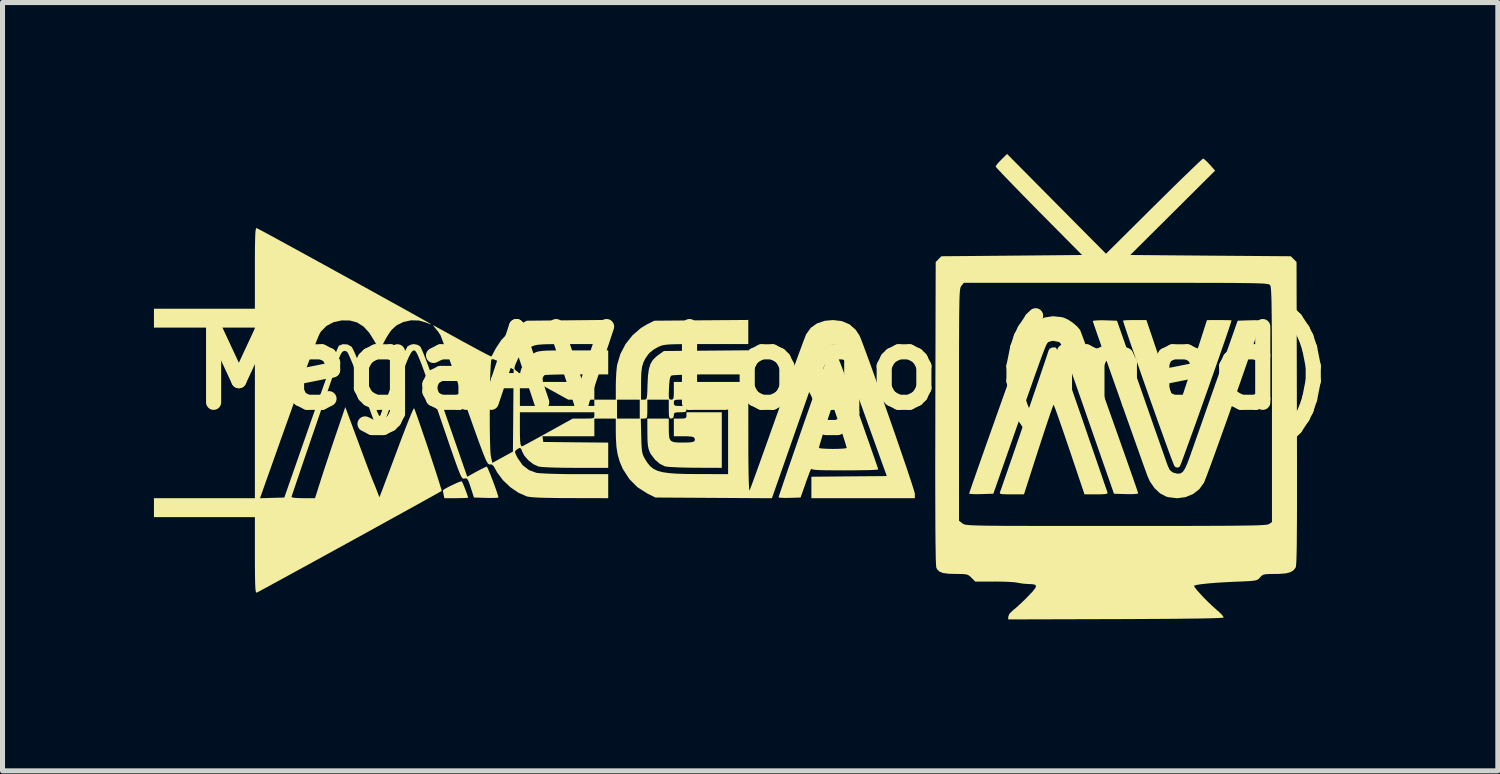
<source format=kicad_pcb>
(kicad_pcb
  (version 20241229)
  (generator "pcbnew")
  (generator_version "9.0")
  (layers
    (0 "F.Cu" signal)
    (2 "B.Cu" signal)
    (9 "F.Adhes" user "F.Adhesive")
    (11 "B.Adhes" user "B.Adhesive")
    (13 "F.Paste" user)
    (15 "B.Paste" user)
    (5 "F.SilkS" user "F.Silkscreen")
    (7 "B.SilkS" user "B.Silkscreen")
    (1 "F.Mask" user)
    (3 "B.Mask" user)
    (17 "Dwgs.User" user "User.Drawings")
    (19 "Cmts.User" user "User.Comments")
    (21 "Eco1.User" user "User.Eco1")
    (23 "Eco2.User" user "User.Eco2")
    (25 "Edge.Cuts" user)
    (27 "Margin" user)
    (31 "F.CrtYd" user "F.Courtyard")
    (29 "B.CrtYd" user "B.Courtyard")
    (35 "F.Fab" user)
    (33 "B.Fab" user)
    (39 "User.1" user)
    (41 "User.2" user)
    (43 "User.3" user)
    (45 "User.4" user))
  (footprint "MegaAV Logo (med)"
    (layer "F.Cu")
    (at 12.075 4.242)
    (property "Reference" "MegaAV Logo (med)" (at 0 0 0) (layer "F.SilkS") (effects (font (size 1.5 1.5) (thickness 0.3))))
    (attr board_only exclude_from_pos_files exclude_from_bom)
    (fp_poly (pts (xy -5.976 2.244) (xy -5.96 2.275) (xy -5.934 2.336) (xy -5.904 2.412) (xy -5.876 2.487) (xy -5.856 2.544) (xy -5.85 2.567) (xy -5.873 2.572) (xy -5.935 2.575) (xy -6.026 2.577) (xy -6.086 2.578) (xy -6.321 2.578) (xy -6.338 2.501) (xy -6.347 2.446) (xy -6.346 2.418) (xy -6.346 2.417) (xy -6.294 2.384) (xy -6.221 2.345) (xy -6.14 2.306) (xy -6.064 2.271) (xy -6.005 2.249) (xy -5.976 2.244)) (stroke (width 0) (type solid)) (fill yes) (layer "F.SilkS"))
    (fp_poly (pts (xy -0.825 1.426) (xy -0.825 1.977) (xy -1.344 1.975) (xy -1.506 1.973) (xy -1.656 1.969) (xy -1.785 1.963) (xy -1.884 1.957) (xy -1.944 1.949) (xy -1.95 1.948) (xy -2.052 1.898) (xy -2.151 1.812) (xy -2.231 1.705) (xy -2.253 1.664) (xy -2.275 1.604) (xy -2.289 1.53) (xy -2.297 1.431) (xy -2.299 1.295) (xy -2.299 1.283) (xy -2.3 1.001) (xy -2.087 1.001) (xy -1.875 1.001) (xy -1.875 1.19) (xy -1.873 1.313) (xy -1.862 1.395) (xy -1.832 1.443) (xy -1.777 1.467) (xy -1.688 1.476) (xy -1.601 1.476) (xy -1.482 1.474) (xy -1.407 1.466) (xy -1.367 1.449) (xy -1.357 1.421) (xy -1.365 1.391) (xy -1.383 1.37) (xy -1.425 1.358) (xy -1.5 1.352) (xy -1.578 1.351) (xy -1.775 1.351) (xy -1.775 1.176) (xy -1.775 1.001) (xy -1.65 1.001) (xy -1.576 0.999) (xy -1.539 0.989) (xy -1.526 0.964) (xy -1.525 0.938) (xy -1.525 0.876) (xy -1.175 0.876) (xy -0.825 0.876)) (stroke (width 0) (type solid)) (fill yes) (layer "F.SilkS"))
    (fp_poly (pts (xy 7.888 -0.063) (xy 7.956 0.137) (xy 8.019 0.322) (xy 8.076 0.485) (xy 8.124 0.622) (xy 8.163 0.728) (xy 8.189 0.798) (xy 8.201 0.825) (xy 8.202 0.826) (xy 8.213 0.803) (xy 8.237 0.737) (xy 8.272 0.635) (xy 8.318 0.5) (xy 8.371 0.339) (xy 8.431 0.156) (xy 8.496 -0.044) (xy 8.502 -0.062) (xy 8.787 -0.95) (xy 9.031 -0.951) (xy 9.135 -0.95) (xy 9.216 -0.949) (xy 9.265 -0.946) (xy 9.274 -0.945) (xy 9.265 -0.911) (xy 9.241 -0.836) (xy 9.204 -0.725) (xy 9.155 -0.582) (xy 9.096 -0.413) (xy 9.03 -0.222) (xy 8.957 -0.015) (xy 8.88 0.204) (xy 8.801 0.43) (xy 8.72 0.657) (xy 8.641 0.88) (xy 8.564 1.096) (xy 8.491 1.298) (xy 8.424 1.482) (xy 8.366 1.643) (xy 8.317 1.775) (xy 8.28 1.875) (xy 8.255 1.936) (xy 8.246 1.955) (xy 8.204 1.974) (xy 8.168 1.963) (xy 8.145 1.946) (xy 8.132 1.919) (xy 8.105 1.85) (xy 8.065 1.744) (xy 8.014 1.606) (xy 7.954 1.44) (xy 7.886 1.252) (xy 7.812 1.047) (xy 7.735 0.83) (xy 7.655 0.605) (xy 7.575 0.378) (xy 7.496 0.154) (xy 7.421 -0.063) (xy 7.35 -0.267) (xy 7.285 -0.453) (xy 7.23 -0.616) (xy 7.184 -0.752) (xy 7.15 -0.855) (xy 7.13 -0.92) (xy 7.125 -0.941) (xy 7.148 -0.945) (xy 7.21 -0.949) (xy 7.3 -0.951) (xy 7.356 -0.951) (xy 7.588 -0.951)) (stroke (width 0) (type solid)) (fill yes) (layer "F.SilkS"))
    (fp_poly (pts (xy 5.794 -0.404) (xy 5.811 -0.377) (xy 5.842 -0.309) (xy 5.887 -0.197) (xy 5.945 -0.043) (xy 6.017 0.156) (xy 6.104 0.4) (xy 6.205 0.69) (xy 6.322 1.027) (xy 6.323 1.03) (xy 6.41 1.284) (xy 6.493 1.525) (xy 6.57 1.748) (xy 6.639 1.949) (xy 6.699 2.123) (xy 6.748 2.267) (xy 6.786 2.375) (xy 6.81 2.445) (xy 6.819 2.471) (xy 6.812 2.487) (xy 6.772 2.496) (xy 6.695 2.501) (xy 6.596 2.502) (xy 6.361 2.502) (xy 6.062 1.614) (xy 5.994 1.414) (xy 5.931 1.23) (xy 5.874 1.067) (xy 5.826 0.929) (xy 5.788 0.823) (xy 5.761 0.754) (xy 5.749 0.726) (xy 5.748 0.726) (xy 5.738 0.749) (xy 5.714 0.814) (xy 5.678 0.917) (xy 5.633 1.051) (xy 5.579 1.213) (xy 5.519 1.396) (xy 5.454 1.595) (xy 5.448 1.613) (xy 5.162 2.501) (xy 4.916 2.502) (xy 4.804 2.501) (xy 4.733 2.498) (xy 4.695 2.491) (xy 4.683 2.478) (xy 4.686 2.459) (xy 4.704 2.411) (xy 4.735 2.323) (xy 4.777 2.201) (xy 4.83 2.05) (xy 4.891 1.873) (xy 4.959 1.678) (xy 5.031 1.468) (xy 5.107 1.248) (xy 5.183 1.024) (xy 5.26 0.801) (xy 5.334 0.584) (xy 5.405 0.378) (xy 5.47 0.188) (xy 5.527 0.018) (xy 5.576 -0.125) (xy 5.613 -0.237) (xy 5.639 -0.314) (xy 5.65 -0.348) (xy 5.65 -0.35) (xy 5.671 -0.384) (xy 5.72 -0.407) (xy 5.775 -0.41)) (stroke (width 0) (type solid)) (fill yes) (layer "F.SilkS"))
    (fp_poly (pts (xy 9.797 -0.947) (xy 9.833 -0.939) (xy 9.847 -0.924) (xy 9.85 -0.902) (xy 9.842 -0.87) (xy 9.818 -0.796) (xy 9.781 -0.684) (xy 9.732 -0.539) (xy 9.673 -0.367) (xy 9.605 -0.172) (xy 9.531 0.041) (xy 9.452 0.268) (xy 9.369 0.503) (xy 9.284 0.742) (xy 9.2 0.98) (xy 9.117 1.212) (xy 9.038 1.433) (xy 8.964 1.639) (xy 8.897 1.824) (xy 8.838 1.984) (xy 8.79 2.114) (xy 8.753 2.209) (xy 8.731 2.265) (xy 8.727 2.273) (xy 8.634 2.401) (xy 8.51 2.497) (xy 8.362 2.557) (xy 8.198 2.579) (xy 8.028 2.559) (xy 7.979 2.546) (xy 7.859 2.483) (xy 7.749 2.38) (xy 7.657 2.247) (xy 7.609 2.14) (xy 7.564 2.015) (xy 7.508 1.861) (xy 7.444 1.68) (xy 7.372 1.478) (xy 7.295 1.26) (xy 7.213 1.031) (xy 7.129 0.794) (xy 7.045 0.555) (xy 6.961 0.318) (xy 6.88 0.089) (xy 6.804 -0.129) (xy 6.733 -0.33) (xy 6.67 -0.51) (xy 6.616 -0.664) (xy 6.573 -0.788) (xy 6.543 -0.876) (xy 6.527 -0.924) (xy 6.525 -0.932) (xy 6.548 -0.94) (xy 6.61 -0.945) (xy 6.701 -0.947) (xy 6.765 -0.946) (xy 7.005 -0.938) (xy 7.49 0.45) (xy 7.579 0.706) (xy 7.664 0.949) (xy 7.743 1.177) (xy 7.816 1.383) (xy 7.88 1.565) (xy 7.933 1.716) (xy 7.974 1.834) (xy 8.002 1.912) (xy 8.014 1.944) (xy 8.051 2.02) (xy 8.102 2.063) (xy 8.136 2.077) (xy 8.205 2.093) (xy 8.261 2.088) (xy 8.308 2.057) (xy 8.352 1.992) (xy 8.398 1.89) (xy 8.448 1.755) (xy 8.477 1.673) (xy 8.521 1.549) (xy 8.576 1.391) (xy 8.643 1.203) (xy 8.717 0.992) (xy 8.797 0.763) (xy 8.881 0.523) (xy 8.967 0.278) (xy 8.973 0.263) (xy 9.395 -0.938) (xy 9.622 -0.946) (xy 9.73 -0.948)) (stroke (width 0) (type solid)) (fill yes) (layer "F.SilkS"))
    (fp_poly (pts (xy 1.417 -0.336) (xy 1.436 -0.306) (xy 1.469 -0.231) (xy 1.517 -0.114) (xy 1.577 0.043) (xy 1.649 0.237) (xy 1.733 0.465) (xy 1.826 0.726) (xy 1.867 0.84) (xy 1.948 1.069) (xy 2.023 1.283) (xy 2.092 1.478) (xy 2.152 1.65) (xy 2.202 1.793) (xy 2.24 1.904) (xy 2.265 1.977) (xy 2.274 2.008) (xy 2.274 2.008) (xy 2.251 2.013) (xy 2.183 2.018) (xy 2.079 2.022) (xy 1.944 2.024) (xy 1.786 2.026) (xy 1.613 2.027) (xy 1.404 2.026) (xy 1.24 2.025) (xy 1.118 2.022) (xy 1.032 2.017) (xy 0.979 2.01) (xy 0.953 2.002) (xy 0.949 1.996) (xy 0.94 2.006) (xy 0.919 2.055) (xy 0.888 2.137) (xy 0.849 2.243) (xy 0.842 2.265) (xy 0.736 2.565) (xy 0.518 2.572) (xy 0.421 2.573) (xy 0.346 2.57) (xy 0.305 2.564) (xy 0.3 2.56) (xy 0.308 2.533) (xy 0.331 2.464) (xy 0.368 2.355) (xy 0.417 2.211) (xy 0.476 2.037) (xy 0.545 1.837) (xy 0.622 1.614) (xy 0.633 1.583) (xy 1.1 1.583) (xy 1.123 1.59) (xy 1.187 1.596) (xy 1.28 1.6) (xy 1.375 1.602) (xy 1.485 1.6) (xy 1.575 1.596) (xy 1.633 1.589) (xy 1.65 1.583) (xy 1.642 1.553) (xy 1.622 1.485) (xy 1.592 1.39) (xy 1.555 1.276) (xy 1.515 1.153) (xy 1.475 1.031) (xy 1.437 0.92) (xy 1.406 0.828) (xy 1.383 0.765) (xy 1.373 0.74) (xy 1.363 0.76) (xy 1.341 0.818) (xy 1.311 0.905) (xy 1.275 1.013) (xy 1.236 1.133) (xy 1.196 1.255) (xy 1.16 1.369) (xy 1.13 1.468) (xy 1.109 1.541) (xy 1.1 1.58) (xy 1.1 1.583) (xy 0.633 1.583) (xy 0.705 1.372) (xy 0.794 1.117) (xy 0.794 1.116) (xy 0.912 0.779) (xy 1.015 0.484) (xy 1.105 0.234) (xy 1.18 0.029) (xy 1.241 -0.132) (xy 1.287 -0.246) (xy 1.317 -0.315) (xy 1.331 -0.335) (xy 1.386 -0.349)) (stroke (width 0) (type solid)) (fill yes) (layer "F.SilkS"))
    (fp_poly (pts (xy 5.906 -1.009) (xy 5.954 -0.997) (xy 6.037 -0.959) (xy 6.129 -0.898) (xy 6.213 -0.826) (xy 6.27 -0.759) (xy 6.276 -0.749) (xy 6.289 -0.717) (xy 6.316 -0.644) (xy 6.357 -0.533) (xy 6.409 -0.39) (xy 6.471 -0.219) (xy 6.54 -0.024) (xy 6.616 0.188) (xy 6.697 0.414) (xy 6.781 0.65) (xy 6.866 0.889) (xy 6.951 1.128) (xy 7.034 1.362) (xy 7.113 1.586) (xy 7.187 1.795) (xy 7.254 1.986) (xy 7.312 2.152) (xy 7.36 2.289) (xy 7.396 2.394) (xy 7.418 2.46) (xy 7.425 2.482) (xy 7.402 2.491) (xy 7.339 2.497) (xy 7.249 2.498) (xy 7.185 2.497) (xy 6.945 2.49) (xy 6.46 1.101) (xy 6.351 0.787) (xy 6.256 0.516) (xy 6.176 0.286) (xy 6.108 0.093) (xy 6.052 -0.066) (xy 6.006 -0.194) (xy 5.969 -0.296) (xy 5.939 -0.373) (xy 5.915 -0.429) (xy 5.896 -0.469) (xy 5.881 -0.494) (xy 5.868 -0.508) (xy 5.855 -0.516) (xy 5.842 -0.519) (xy 5.827 -0.522) (xy 5.814 -0.525) (xy 5.733 -0.54) (xy 5.668 -0.523) (xy 5.656 -0.519) (xy 5.647 -0.515) (xy 5.637 -0.508) (xy 5.626 -0.496) (xy 5.614 -0.476) (xy 5.598 -0.444) (xy 5.578 -0.397) (xy 5.553 -0.333) (xy 5.521 -0.249) (xy 5.481 -0.141) (xy 5.433 -0.006) (xy 5.374 0.158) (xy 5.305 0.354) (xy 5.223 0.586) (xy 5.129 0.856) (xy 5.019 1.167) (xy 4.902 1.501) (xy 4.555 2.49) (xy 4.315 2.497) (xy 4.212 2.499) (xy 4.132 2.496) (xy 4.084 2.491) (xy 4.075 2.487) (xy 4.083 2.461) (xy 4.107 2.392) (xy 4.144 2.283) (xy 4.195 2.139) (xy 4.256 1.964) (xy 4.328 1.76) (xy 4.408 1.533) (xy 4.496 1.286) (xy 4.589 1.023) (xy 4.644 0.869) (xy 4.757 0.551) (xy 4.855 0.277) (xy 4.939 0.043) (xy 5.01 -0.154) (xy 5.07 -0.318) (xy 5.121 -0.452) (xy 5.163 -0.56) (xy 5.198 -0.645) (xy 5.228 -0.71) (xy 5.253 -0.76) (xy 5.275 -0.797) (xy 5.295 -0.826) (xy 5.306 -0.84) (xy 5.426 -0.939) (xy 5.572 -1.002) (xy 5.736 -1.027)) (stroke (width 0) (type solid)) (fill yes) (layer "F.SilkS"))
    (fp_poly (pts (xy 5.807 -3.253) (xy 6.787 -2.265) (xy 7.737 -3.208) (xy 7.918 -3.387) (xy 8.088 -3.555) (xy 8.245 -3.709) (xy 8.385 -3.844) (xy 8.504 -3.959) (xy 8.599 -4.05) (xy 8.668 -4.114) (xy 8.706 -4.147) (xy 8.713 -4.151) (xy 8.741 -4.132) (xy 8.791 -4.086) (xy 8.843 -4.031) (xy 8.949 -3.912) (xy 8.109 -3.076) (xy 7.268 -2.24) (xy 8.858 -2.227) (xy 10.449 -2.215) (xy 10.506 -2.158) (xy 10.562 -2.101) (xy 10.569 0.895) (xy 10.57 1.366) (xy 10.571 1.79) (xy 10.571 2.167) (xy 10.571 2.502) (xy 10.571 2.795) (xy 10.57 3.049) (xy 10.568 3.266) (xy 10.567 3.449) (xy 10.565 3.6) (xy 10.562 3.721) (xy 10.559 3.814) (xy 10.555 3.881) (xy 10.551 3.925) (xy 10.546 3.948) (xy 10.545 3.95) (xy 10.503 4.006) (xy 10.44 4.044) (xy 10.348 4.068) (xy 10.219 4.078) (xy 10.138 4.079) (xy 10.026 4.08) (xy 9.952 4.084) (xy 9.905 4.094) (xy 9.872 4.113) (xy 9.843 4.143) (xy 9.839 4.148) (xy 9.816 4.173) (xy 9.792 4.191) (xy 9.76 4.204) (xy 9.71 4.213) (xy 9.636 4.22) (xy 9.529 4.226) (xy 9.382 4.232) (xy 9.346 4.233) (xy 9.149 4.243) (xy 8.968 4.254) (xy 8.811 4.267) (xy 8.683 4.281) (xy 8.59 4.295) (xy 8.539 4.309) (xy 8.533 4.313) (xy 8.541 4.338) (xy 8.58 4.389) (xy 8.641 4.459) (xy 8.718 4.542) (xy 8.804 4.629) (xy 8.893 4.713) (xy 8.969 4.781) (xy 9.041 4.845) (xy 9.093 4.9) (xy 9.117 4.935) (xy 9.117 4.941) (xy 9.096 4.946) (xy 9.036 4.951) (xy 8.936 4.955) (xy 8.794 4.959) (xy 8.61 4.962) (xy 8.382 4.965) (xy 8.108 4.968) (xy 7.788 4.97) (xy 7.421 4.972) (xy 7.005 4.974) (xy 6.979 4.974) (xy 4.85 4.98) (xy 4.851 4.924) (xy 4.875 4.866) (xy 4.943 4.8) (xy 4.952 4.793) (xy 5.012 4.743) (xy 5.094 4.668) (xy 5.186 4.58) (xy 5.243 4.522) (xy 5.333 4.427) (xy 5.386 4.36) (xy 5.402 4.317) (xy 5.382 4.293) (xy 5.326 4.282) (xy 5.25 4.279) (xy 5.152 4.272) (xy 5.054 4.257) (xy 5.037 4.253) (xy 4.976 4.244) (xy 4.878 4.237) (xy 4.753 4.232) (xy 4.615 4.23) (xy 4.568 4.23) (xy 4.198 4.231) (xy 4.122 4.155) (xy 4.084 4.119) (xy 4.049 4.097) (xy 4.002 4.085) (xy 3.933 4.08) (xy 3.828 4.079) (xy 3.812 4.079) (xy 3.666 4.075) (xy 3.562 4.061) (xy 3.492 4.035) (xy 3.446 3.994) (xy 3.426 3.957) (xy 3.422 3.927) (xy 3.418 3.86) (xy 3.414 3.755) (xy 3.412 3.61) (xy 3.409 3.424) (xy 3.407 3.196) (xy 3.406 2.925) (xy 3.405 2.61) (xy 3.404 2.25) (xy 3.404 1.843) (xy 3.405 1.388) (xy 3.406 0.895) (xy 3.406 0.703) (xy 3.875 0.703) (xy 3.875 0.727) (xy 3.875 3.024) (xy 3.941 3.076) (xy 3.951 3.084) (xy 3.963 3.091) (xy 3.98 3.097) (xy 4.003 3.103) (xy 4.036 3.107) (xy 4.082 3.112) (xy 4.143 3.115) (xy 4.221 3.118) (xy 4.321 3.121) (xy 4.443 3.123) (xy 4.592 3.124) (xy 4.769 3.126) (xy 4.978 3.126) (xy 5.22 3.127) (xy 5.5 3.128) (xy 5.819 3.128) (xy 6.18 3.128) (xy 6.586 3.128) (xy 6.985 3.128) (xy 7.438 3.128) (xy 7.842 3.128) (xy 8.203 3.128) (xy 8.521 3.127) (xy 8.799 3.126) (xy 9.041 3.125) (xy 9.248 3.124) (xy 9.424 3.122) (xy 9.571 3.12) (xy 9.692 3.118) (xy 9.789 3.115) (xy 9.865 3.112) (xy 9.923 3.108) (xy 9.965 3.104) (xy 9.993 3.099) (xy 10.011 3.093) (xy 10.019 3.089) (xy 10.075 3.05) (xy 10.075 0.729) (xy 10.075 0.328) (xy 10.075 -0.026) (xy 10.074 -0.335) (xy 10.073 -0.603) (xy 10.072 -0.833) (xy 10.07 -1.027) (xy 10.068 -1.188) (xy 10.066 -1.319) (xy 10.063 -1.423) (xy 10.059 -1.504) (xy 10.055 -1.563) (xy 10.05 -1.604) (xy 10.045 -1.629) (xy 10.04 -1.641) (xy 10.033 -1.648) (xy 10.024 -1.654) (xy 10.009 -1.66) (xy 9.985 -1.665) (xy 9.951 -1.67) (xy 9.902 -1.674) (xy 9.838 -1.677) (xy 9.754 -1.68) (xy 9.649 -1.682) (xy 9.519 -1.684) (xy 9.362 -1.686) (xy 9.175 -1.687) (xy 8.957 -1.688) (xy 8.703 -1.688) (xy 8.411 -1.689) (xy 8.08 -1.689) (xy 7.705 -1.689) (xy 7.284 -1.689) (xy 6.987 -1.689) (xy 3.971 -1.689) (xy 3.923 -1.63) (xy 3.915 -1.619) (xy 3.907 -1.604) (xy 3.901 -1.582) (xy 3.896 -1.551) (xy 3.891 -1.507) (xy 3.887 -1.447) (xy 3.884 -1.369) (xy 3.882 -1.268) (xy 3.88 -1.142) (xy 3.878 -0.988) (xy 3.877 -0.802) (xy 3.876 -0.582) (xy 3.875 -0.325) (xy 3.875 -0.027) (xy 3.875 0.315) (xy 3.875 0.703) (xy 3.406 0.703) (xy 3.413 -2.101) (xy 3.469 -2.158) (xy 3.526 -2.215) (xy 4.919 -2.227) (xy 6.312 -2.24) (xy 5.456 -3.104) (xy 5.286 -3.277) (xy 5.127 -3.439) (xy 4.983 -3.587) (xy 4.857 -3.717) (xy 4.752 -3.826) (xy 4.672 -3.911) (xy 4.62 -3.968) (xy 4.6 -3.993) (xy 4.6 -3.994) (xy 4.617 -4.023) (xy 4.66 -4.075) (xy 4.714 -4.13) (xy 4.827 -4.242)) (stroke (width 0) (type solid)) (fill yes) (layer "F.SilkS"))
    (fp_poly (pts (xy -10.015 -2.76) (xy -9.948 -2.725) (xy -9.846 -2.67) (xy -9.713 -2.598) (xy -9.552 -2.51) (xy -9.367 -2.409) (xy -9.164 -2.298) (xy -8.946 -2.178) (xy -8.716 -2.052) (xy -8.48 -1.922) (xy -8.24 -1.79) (xy -8.002 -1.659) (xy -7.77 -1.531) (xy -7.547 -1.407) (xy -7.337 -1.291) (xy -7.145 -1.185) (xy -6.975 -1.09) (xy -6.83 -1.009) (xy -6.716 -0.945) (xy -6.635 -0.899) (xy -6.593 -0.874) (xy -6.588 -0.871) (xy -6.593 -0.867) (xy -6.634 -0.881) (xy -6.675 -0.899) (xy -6.824 -0.942) (xy -6.981 -0.946) (xy -7.133 -0.913) (xy -7.268 -0.846) (xy -7.369 -0.754) (xy -7.421 -0.681) (xy -7.479 -0.586) (xy -7.524 -0.502) (xy -7.604 -0.343) (xy -7.703 -0.528) (xy -7.809 -0.699) (xy -7.923 -0.823) (xy -8.05 -0.903) (xy -8.193 -0.942) (xy -8.356 -0.944) (xy -8.519 -0.908) (xy -8.657 -0.834) (xy -8.763 -0.728) (xy -8.787 -0.691) (xy -8.804 -0.657) (xy -8.83 -0.595) (xy -8.866 -0.505) (xy -8.912 -0.385) (xy -8.969 -0.232) (xy -9.037 -0.046) (xy -9.118 0.176) (xy -9.211 0.435) (xy -9.318 0.734) (xy -9.439 1.073) (xy -9.575 1.454) (xy -9.726 1.88) (xy -9.852 2.234) (xy -9.974 2.579) (xy -9.733 2.572) (xy -9.492 2.565) (xy -8.972 1.076) (xy -8.865 0.773) (xy -8.767 0.497) (xy -8.679 0.251) (xy -8.601 0.038) (xy -8.535 -0.139) (xy -8.482 -0.279) (xy -8.442 -0.377) (xy -8.416 -0.433) (xy -8.409 -0.444) (xy -8.331 -0.473) (xy -8.243 -0.468) (xy -8.169 -0.43) (xy -8.158 -0.419) (xy -8.134 -0.379) (xy -8.097 -0.3) (xy -8.051 -0.19) (xy -7.998 -0.056) (xy -7.941 0.092) (xy -7.929 0.125) (xy -7.847 0.35) (xy -7.78 0.531) (xy -7.727 0.674) (xy -7.685 0.783) (xy -7.654 0.86) (xy -7.631 0.911) (xy -7.615 0.94) (xy -7.603 0.951) (xy -7.595 0.947) (xy -7.589 0.936) (xy -7.576 0.9) (xy -7.548 0.825) (xy -7.507 0.715) (xy -7.456 0.579) (xy -7.398 0.422) (xy -7.335 0.252) (xy -7.335 0.25) (xy -7.256 0.042) (xy -7.188 -0.132) (xy -7.13 -0.27) (xy -7.085 -0.368) (xy -7.054 -0.423) (xy -7.047 -0.432) (xy -6.981 -0.465) (xy -6.925 -0.475) (xy -6.853 -0.46) (xy -6.804 -0.432) (xy -6.783 -0.397) (xy -6.748 -0.319) (xy -6.698 -0.195) (xy -6.634 -0.025) (xy -6.555 0.19) (xy -6.461 0.452) (xy -6.353 0.761) (xy -6.31 0.882) (xy -5.868 2.153) (xy -5.685 2.052) (xy -5.599 2.006) (xy -5.528 1.971) (xy -5.486 1.953) (xy -5.481 1.952) (xy -5.467 1.974) (xy -5.441 2.032) (xy -5.406 2.117) (xy -5.368 2.216) (xy -5.329 2.32) (xy -5.294 2.418) (xy -5.267 2.499) (xy -5.252 2.552) (xy -5.25 2.564) (xy -5.273 2.57) (xy -5.336 2.573) (xy -5.426 2.574) (xy -5.492 2.572) (xy -5.735 2.565) (xy -5.798 2.37) (xy -5.83 2.274) (xy -5.854 2.218) (xy -5.875 2.191) (xy -5.901 2.185) (xy -5.924 2.189) (xy -5.938 2.191) (xy -5.952 2.189) (xy -5.966 2.178) (xy -5.982 2.156) (xy -6.002 2.118) (xy -6.026 2.06) (xy -6.058 1.979) (xy -6.097 1.872) (xy -6.146 1.733) (xy -6.206 1.561) (xy -6.278 1.35) (xy -6.365 1.097) (xy -6.412 0.96) (xy -6.509 0.674) (xy -6.593 0.432) (xy -6.663 0.231) (xy -6.722 0.066) (xy -6.77 -0.066) (xy -6.81 -0.167) (xy -6.842 -0.242) (xy -6.867 -0.295) (xy -6.888 -0.328) (xy -6.906 -0.345) (xy -6.922 -0.35) (xy -6.922 -0.35) (xy -6.944 -0.344) (xy -6.968 -0.321) (xy -6.995 -0.279) (xy -7.029 -0.212) (xy -7.07 -0.116) (xy -7.12 0.012) (xy -7.182 0.178) (xy -7.257 0.384) (xy -7.299 0.5) (xy -7.367 0.689) (xy -7.43 0.863) (xy -7.486 1.016) (xy -7.533 1.142) (xy -7.569 1.237) (xy -7.592 1.294) (xy -7.599 1.309) (xy -7.616 1.298) (xy -7.642 1.249) (xy -7.673 1.174) (xy -7.673 1.171) (xy -7.79 0.846) (xy -7.895 0.557) (xy -7.988 0.306) (xy -8.068 0.094) (xy -8.135 -0.076) (xy -8.189 -0.204) (xy -8.227 -0.288) (xy -8.251 -0.325) (xy -8.253 -0.327) (xy -8.302 -0.342) (xy -8.342 -0.323) (xy -8.379 -0.265) (xy -8.417 -0.169) (xy -8.509 0.096) (xy -8.603 0.367) (xy -8.697 0.639) (xy -8.79 0.909) (xy -8.88 1.172) (xy -8.967 1.424) (xy -9.048 1.662) (xy -9.123 1.88) (xy -9.189 2.075) (xy -9.246 2.243) (xy -9.292 2.379) (xy -9.326 2.479) (xy -9.345 2.539) (xy -9.35 2.556) (xy -9.327 2.565) (xy -9.265 2.573) (xy -9.174 2.577) (xy -9.117 2.578) (xy -8.884 2.578) (xy -8.763 2.198) (xy -8.716 2.052) (xy -8.657 1.874) (xy -8.592 1.679) (xy -8.526 1.481) (xy -8.463 1.297) (xy -8.463 1.296) (xy -8.284 0.773) (xy -8.026 1.469) (xy -7.959 1.649) (xy -7.897 1.816) (xy -7.841 1.965) (xy -7.794 2.089) (xy -7.759 2.18) (xy -7.738 2.233) (xy -7.735 2.24) (xy -7.706 2.309) (xy -7.671 2.397) (xy -7.655 2.438) (xy -7.608 2.561) (xy -7.532 2.363) (xy -7.504 2.287) (xy -7.461 2.173) (xy -7.406 2.028) (xy -7.344 1.861) (xy -7.276 1.68) (xy -7.206 1.493) (xy -7.198 1.471) (xy -7.132 1.297) (xy -7.071 1.14) (xy -7.018 1.006) (xy -6.974 0.9) (xy -6.942 0.829) (xy -6.925 0.796) (xy -6.922 0.795) (xy -6.909 0.824) (xy -6.883 0.893) (xy -6.847 0.995) (xy -6.802 1.124) (xy -6.751 1.274) (xy -6.695 1.437) (xy -6.638 1.606) (xy -6.582 1.777) (xy -6.528 1.941) (xy -6.479 2.091) (xy -6.437 2.223) (xy -6.404 2.328) (xy -6.382 2.4) (xy -6.375 2.433) (xy -6.375 2.434) (xy -6.4 2.449) (xy -6.465 2.486) (xy -6.566 2.542) (xy -6.699 2.616) (xy -6.859 2.705) (xy -7.044 2.807) (xy -7.249 2.92) (xy -7.47 3.042) (xy -7.703 3.171) (xy -7.944 3.304) (xy -8.19 3.439) (xy -8.436 3.574) (xy -8.678 3.707) (xy -8.913 3.836) (xy -9.136 3.958) (xy -9.343 4.071) (xy -9.531 4.174) (xy -9.696 4.264) (xy -9.833 4.339) (xy -9.939 4.396) (xy -10.009 4.434) (xy -10.041 4.45) (xy -10.042 4.45) (xy -10.051 4.444) (xy -10.059 4.419) (xy -10.065 4.369) (xy -10.069 4.29) (xy -10.072 4.178) (xy -10.074 4.027) (xy -10.075 3.834) (xy -10.075 3.705) (xy -10.075 2.953) (xy -11.075 2.953) (xy -12.075 2.953) (xy -12.075 2.765) (xy -12.075 2.578) (xy -11.075 2.578) (xy -10.075 2.578) (xy -10.075 0.888) (xy -10.075 -0.801) (xy -11.075 -0.801) (xy -12.075 -0.801) (xy -12.075 -0.988) (xy -12.075 -1.176) (xy -11.075 -1.176) (xy -10.075 -1.176) (xy -10.075 -1.979) (xy -10.075 -2.206) (xy -10.074 -2.388) (xy -10.071 -2.529) (xy -10.068 -2.633) (xy -10.064 -2.705) (xy -10.057 -2.749) (xy -10.05 -2.77) (xy -10.042 -2.773)) (stroke (width 0) (type solid)) (fill yes) (layer "F.SilkS"))
    (fp_poly (pts (xy -3.075 -0.714) (xy -3.075 -0.475) (xy -3.781 -0.475) (xy -3.988 -0.475) (xy -4.151 -0.474) (xy -4.277 -0.473) (xy -4.373 -0.469) (xy -4.444 -0.464) (xy -4.497 -0.457) (xy -4.54 -0.446) (xy -4.577 -0.433) (xy -4.615 -0.415) (xy -4.753 -0.325) (xy -4.856 -0.198) (xy -4.91 -0.081) (xy -4.931 -0.016) (xy -4.931 0.02) (xy -4.908 0.046) (xy -4.886 0.061) (xy -4.861 0.08) (xy -4.844 0.102) (xy -4.833 0.138) (xy -4.828 0.196) (xy -4.825 0.286) (xy -4.825 0.416) (xy -4.825 0.426) (xy -4.825 0.751) (xy -4.088 0.751) (xy -3.35 0.751) (xy -3.35 0.688) (xy -3.35 0.626) (xy -3.608 0.626) (xy -3.867 0.626) (xy -4.344 0.362) (xy -4.821 0.099) (xy -4.799 0.02) (xy -4.743 -0.103) (xy -4.657 -0.212) (xy -4.554 -0.292) (xy -4.539 -0.299) (xy -4.505 -0.315) (xy -4.468 -0.327) (xy -4.421 -0.335) (xy -4.36 -0.342) (xy -4.276 -0.346) (xy -4.163 -0.349) (xy -4.016 -0.35) (xy -3.827 -0.35) (xy -3.755 -0.35) (xy -3.075 -0.35) (xy -3.075 -0.113) (xy -3.075 0.125) (xy -3.685 0.125) (xy -3.857 0.126) (xy -4.013 0.127) (xy -4.146 0.13) (xy -4.25 0.133) (xy -4.316 0.137) (xy -4.335 0.14) (xy -4.366 0.174) (xy -4.375 0.215) (xy -4.375 0.275) (xy -3.862 0.275) (xy -3.35 0.275) (xy -3.35 0.45) (xy -3.35 0.626) (xy -3.138 0.626) (xy -2.925 0.626) (xy -2.925 0.355) (xy -2.922 0.224) (xy -2.915 0.094) (xy -2.905 -0.017) (xy -2.898 -0.064) (xy -2.835 -0.277) (xy -2.731 -0.476) (xy -2.592 -0.651) (xy -2.425 -0.795) (xy -2.309 -0.864) (xy -2.163 -0.938) (xy -1.231 -0.946) (xy -0.3 -0.953) (xy -0.3 -0.714) (xy -0.3 -0.475) (xy -1.131 -0.475) (xy -1.357 -0.475) (xy -1.539 -0.475) (xy -1.682 -0.473) (xy -1.793 -0.471) (xy -1.876 -0.467) (xy -1.939 -0.461) (xy -1.986 -0.454) (xy -2.024 -0.443) (xy -2.059 -0.43) (xy -2.09 -0.415) (xy -2.177 -0.365) (xy -2.254 -0.303) (xy -2.283 -0.27) (xy -2.34 -0.189) (xy -2.379 -0.11) (xy -2.405 -0.022) (xy -2.419 0.087) (xy -2.424 0.228) (xy -2.425 0.312) (xy -2.425 0.626) (xy -2.365 0.626) (xy -2.339 0.624) (xy -2.322 0.614) (xy -2.311 0.588) (xy -2.304 0.536) (xy -2.3 0.451) (xy -2.296 0.325) (xy -2.296 0.319) (xy -2.287 0.149) (xy -2.269 0.019) (xy -2.239 -0.08) (xy -2.192 -0.159) (xy -2.125 -0.226) (xy -2.077 -0.263) (xy -1.971 -0.338) (xy -1.135 -0.345) (xy -0.3 -0.352) (xy -0.3 -0.114) (xy -0.3 0.125) (xy -1.044 0.126) (xy -1.243 0.126) (xy -1.423 0.129) (xy -1.576 0.132) (xy -1.698 0.137) (xy -1.782 0.142) (xy -1.823 0.149) (xy -1.825 0.15) (xy -1.845 0.178) (xy -1.859 0.238) (xy -1.868 0.336) (xy -1.871 0.399) (xy -1.875 0.506) (xy -1.874 0.573) (xy -1.867 0.609) (xy -1.852 0.623) (xy -1.827 0.626) (xy -1.8 0.621) (xy -1.784 0.602) (xy -1.777 0.556) (xy -1.775 0.473) (xy -1.775 0.45) (xy -1.775 0.275) (xy -1.038 0.275) (xy -0.3 0.275) (xy -0.299 1.37) (xy -0.299 1.663) (xy -0.297 1.909) (xy -0.294 2.108) (xy -0.29 2.259) (xy -0.285 2.362) (xy -0.28 2.416) (xy -0.274 2.423) (xy -0.262 2.393) (xy -0.234 2.32) (xy -0.193 2.207) (xy -0.139 2.06) (xy -0.075 1.882) (xy -0.002 1.678) (xy 0.079 1.452) (xy 0.166 1.207) (xy 0.258 0.948) (xy 0.274 0.905) (xy 0.367 0.642) (xy 0.457 0.391) (xy 0.541 0.156) (xy 0.619 -0.058) (xy 0.688 -0.248) (xy 0.747 -0.408) (xy 0.794 -0.535) (xy 0.828 -0.623) (xy 0.847 -0.67) (xy 0.848 -0.672) (xy 0.938 -0.797) (xy 1.062 -0.885) (xy 1.219 -0.937) (xy 1.38 -0.951) (xy 1.555 -0.93) (xy 1.704 -0.867) (xy 1.824 -0.763) (xy 1.901 -0.648) (xy 1.923 -0.598) (xy 1.959 -0.507) (xy 2.006 -0.38) (xy 2.064 -0.223) (xy 2.131 -0.04) (xy 2.204 0.165) (xy 2.283 0.385) (xy 2.365 0.616) (xy 2.448 0.854) (xy 2.532 1.093) (xy 2.614 1.328) (xy 2.692 1.555) (xy 2.765 1.768) (xy 2.832 1.963) (xy 2.889 2.135) (xy 2.937 2.279) (xy 2.972 2.39) (xy 2.994 2.463) (xy 3 2.492) (xy 3 2.578) (xy 1.975 2.578) (xy 0.95 2.578) (xy 0.95 2.365) (xy 0.95 2.153) (xy 1.697 2.146) (xy 2.444 2.14) (xy 1.985 0.865) (xy 1.898 0.624) (xy 1.815 0.397) (xy 1.738 0.189) (xy 1.668 0.004) (xy 1.608 -0.155) (xy 1.559 -0.281) (xy 1.522 -0.372) (xy 1.5 -0.421) (xy 1.494 -0.43) (xy 1.404 -0.466) (xy 1.314 -0.462) (xy 1.279 -0.448) (xy 1.254 -0.427) (xy 1.228 -0.388) (xy 1.197 -0.326) (xy 1.159 -0.234) (xy 1.111 -0.107) (xy 1.051 0.062) (xy 1.051 0.063) (xy 1.005 0.193) (xy 0.945 0.363) (xy 0.875 0.563) (xy 0.797 0.786) (xy 0.714 1.022) (xy 0.629 1.264) (xy 0.545 1.504) (xy 0.526 1.559) (xy 0.168 2.579) (xy -0.986 2.572) (xy -2.139 2.565) (xy -2.301 2.485) (xy -2.494 2.362) (xy -2.655 2.201) (xy -2.781 2.006) (xy -2.789 1.991) (xy -2.847 1.856) (xy -2.887 1.718) (xy -2.912 1.564) (xy -2.923 1.38) (xy -2.925 1.257) (xy -2.925 1.001) (xy -3.138 1.001) (xy -3.35 1.001) (xy -3.35 1.176) (xy -3.35 1.351) (xy -3.864 1.351) (xy -4.378 1.351) (xy -4.37 1.408) (xy -4.362 1.464) (xy -3.719 1.471) (xy -3.075 1.477) (xy -3.075 1.727) (xy -3.075 1.977) (xy -3.719 1.977) (xy -3.917 1.976) (xy -4.094 1.973) (xy -4.244 1.968) (xy -4.361 1.962) (xy -4.437 1.954) (xy -4.458 1.95) (xy -4.557 1.905) (xy -4.654 1.83) (xy -4.733 1.742) (xy -4.776 1.662) (xy -4.8 1.6) (xy -4.826 1.581) (xy -4.866 1.6) (xy -4.887 1.616) (xy -4.914 1.638) (xy -4.922 1.663) (xy -4.91 1.701) (xy -4.877 1.768) (xy -4.866 1.788) (xy -4.77 1.925) (xy -4.644 2.022) (xy -4.5 2.075) (xy -4.445 2.082) (xy -4.347 2.088) (xy -4.216 2.094) (xy -4.059 2.098) (xy -3.885 2.101) (xy -3.731 2.101) (xy -3.075 2.102) (xy -3.075 2.34) (xy -3.075 2.578) (xy -3.831 2.576) (xy -4.074 2.575) (xy -4.27 2.572) (xy -4.425 2.568) (xy -4.543 2.562) (xy -4.628 2.554) (xy -4.684 2.544) (xy -4.694 2.541) (xy -4.857 2.468) (xy -5.017 2.358) (xy -5.16 2.222) (xy -5.273 2.071) (xy -5.308 2.008) (xy -5.346 1.941) (xy -5.382 1.911) (xy -5.42 1.908) (xy -5.433 1.908) (xy -5.447 1.901) (xy -5.462 1.885) (xy -5.481 1.855) (xy -5.504 1.807) (xy -5.533 1.739) (xy -5.569 1.646) (xy -5.615 1.524) (xy -5.671 1.371) (xy -5.739 1.181) (xy -5.82 0.952) (xy -5.834 0.913) (xy -5.422 0.913) (xy -5.422 1.101) (xy -5.42 1.278) (xy -5.417 1.437) (xy -5.413 1.572) (xy -5.408 1.675) (xy -5.401 1.74) (xy -5.4 1.746) (xy -5.371 1.879) (xy -5.167 1.767) (xy -4.963 1.655) (xy -4.959 1.197) (xy -4.825 1.197) (xy -4.824 1.341) (xy -4.82 1.442) (xy -4.813 1.506) (xy -4.801 1.541) (xy -4.784 1.551) (xy -4.782 1.552) (xy -4.758 1.54) (xy -4.697 1.507) (xy -4.605 1.458) (xy -4.488 1.394) (xy -4.352 1.319) (xy -4.275 1.276) (xy -3.778 1.001) (xy -3.564 1.001) (xy -3.461 1) (xy -3.397 0.997) (xy -3.364 0.987) (xy -3.352 0.969) (xy -3.35 0.939) (xy -3.35 0.938) (xy -3.35 0.876) (xy -4.088 0.876) (xy -4.825 0.876) (xy -4.825 1.197) (xy -4.959 1.197) (xy -4.956 0.842) (xy -4.956 0.813) (xy -2.9 0.813) (xy -2.9 1.001) (xy -2.675 1.001) (xy -2.45 1.001) (xy -2.43 1.001) (xy -2.421 1.345) (xy -2.417 1.485) (xy -2.412 1.586) (xy -2.403 1.658) (xy -2.39 1.712) (xy -2.37 1.759) (xy -2.344 1.806) (xy -2.293 1.885) (xy -2.239 1.949) (xy -2.175 1.998) (xy -2.097 2.036) (xy -1.997 2.063) (xy -1.871 2.081) (xy -1.711 2.093) (xy -1.514 2.099) (xy -1.294 2.1) (xy -0.7 2.102) (xy -0.7 1.426) (xy -0.7 0.751) (xy -1.113 0.751) (xy -1.525 0.751) (xy -1.525 0.688) (xy -1.529 0.651) (xy -1.55 0.633) (xy -1.6 0.626) (xy -1.65 0.626) (xy -1.724 0.628) (xy -1.761 0.638) (xy -1.774 0.663) (xy -1.775 0.688) (xy -1.771 0.725) (xy -1.75 0.744) (xy -1.7 0.75) (xy -1.65 0.751) (xy -1.576 0.753) (xy -1.539 0.763) (xy -1.526 0.788) (xy -1.525 0.813) (xy -1.529 0.85) (xy -1.55 0.869) (xy -1.6 0.875) (xy -1.65 0.876) (xy -1.724 0.878) (xy -1.761 0.888) (xy -1.774 0.913) (xy -1.775 0.938) (xy -1.787 0.987) (xy -1.825 1.001) (xy -1.851 0.997) (xy -1.866 0.976) (xy -1.873 0.93) (xy -1.875 0.847) (xy -1.875 0.813) (xy -1.875 0.626) (xy -2.087 0.626) (xy -2.3 0.626) (xy -2.3 0.813) (xy -2.301 0.909) (xy -2.305 0.965) (xy -2.317 0.992) (xy -2.341 1) (xy -2.365 1.001) (xy -2.43 1.001) (xy -2.45 1.001) (xy -2.45 0.813) (xy -2.45 0.626) (xy -2.675 0.626) (xy -2.9 0.626) (xy -2.9 0.813) (xy -4.956 0.813) (xy -4.949 0.028) (xy -5.156 -0.085) (xy -5.272 -0.144) (xy -5.349 -0.174) (xy -5.387 -0.174) (xy -5.387 -0.173) (xy -5.395 -0.141) (xy -5.402 -0.066) (xy -5.408 0.046) (xy -5.413 0.187) (xy -5.417 0.351) (xy -5.42 0.532) (xy -5.421 0.721) (xy -5.422 0.913) (xy -5.834 0.913) (xy -5.917 0.679) (xy -5.923 0.663) (xy -6.008 0.423) (xy -6.09 0.195) (xy -6.165 -0.015) (xy -6.233 -0.203) (xy -6.291 -0.365) (xy -6.339 -0.494) (xy -6.374 -0.588) (xy -6.395 -0.642) (xy -6.399 -0.651) (xy -6.438 -0.712) (xy -6.491 -0.779) (xy -6.497 -0.786) (xy -6.532 -0.828) (xy -6.542 -0.847) (xy -6.537 -0.846) (xy -6.51 -0.831) (xy -6.444 -0.795) (xy -6.347 -0.742) (xy -6.225 -0.675) (xy -6.083 -0.597) (xy -5.955 -0.526) (xy -5.803 -0.444) (xy -5.667 -0.37) (xy -5.552 -0.309) (xy -5.463 -0.263) (xy -5.407 -0.235) (xy -5.39 -0.229) (xy -5.375 -0.254) (xy -5.344 -0.311) (xy -5.303 -0.389) (xy -5.301 -0.393) (xy -5.193 -0.555) (xy -5.05 -0.705) (xy -4.888 -0.829) (xy -4.823 -0.867) (xy -4.688 -0.938) (xy -3.881 -0.946) (xy -3.075 -0.954)) (stroke (width 0) (type solid)) (fill yes) (layer "F.SilkS")))
  (gr_rect
    (start -3 -3)
    (end 26.625 12.222)
    (stroke (width 0.1) (type default))
    (fill no)
    (layer "Edge.Cuts")))
</source>
